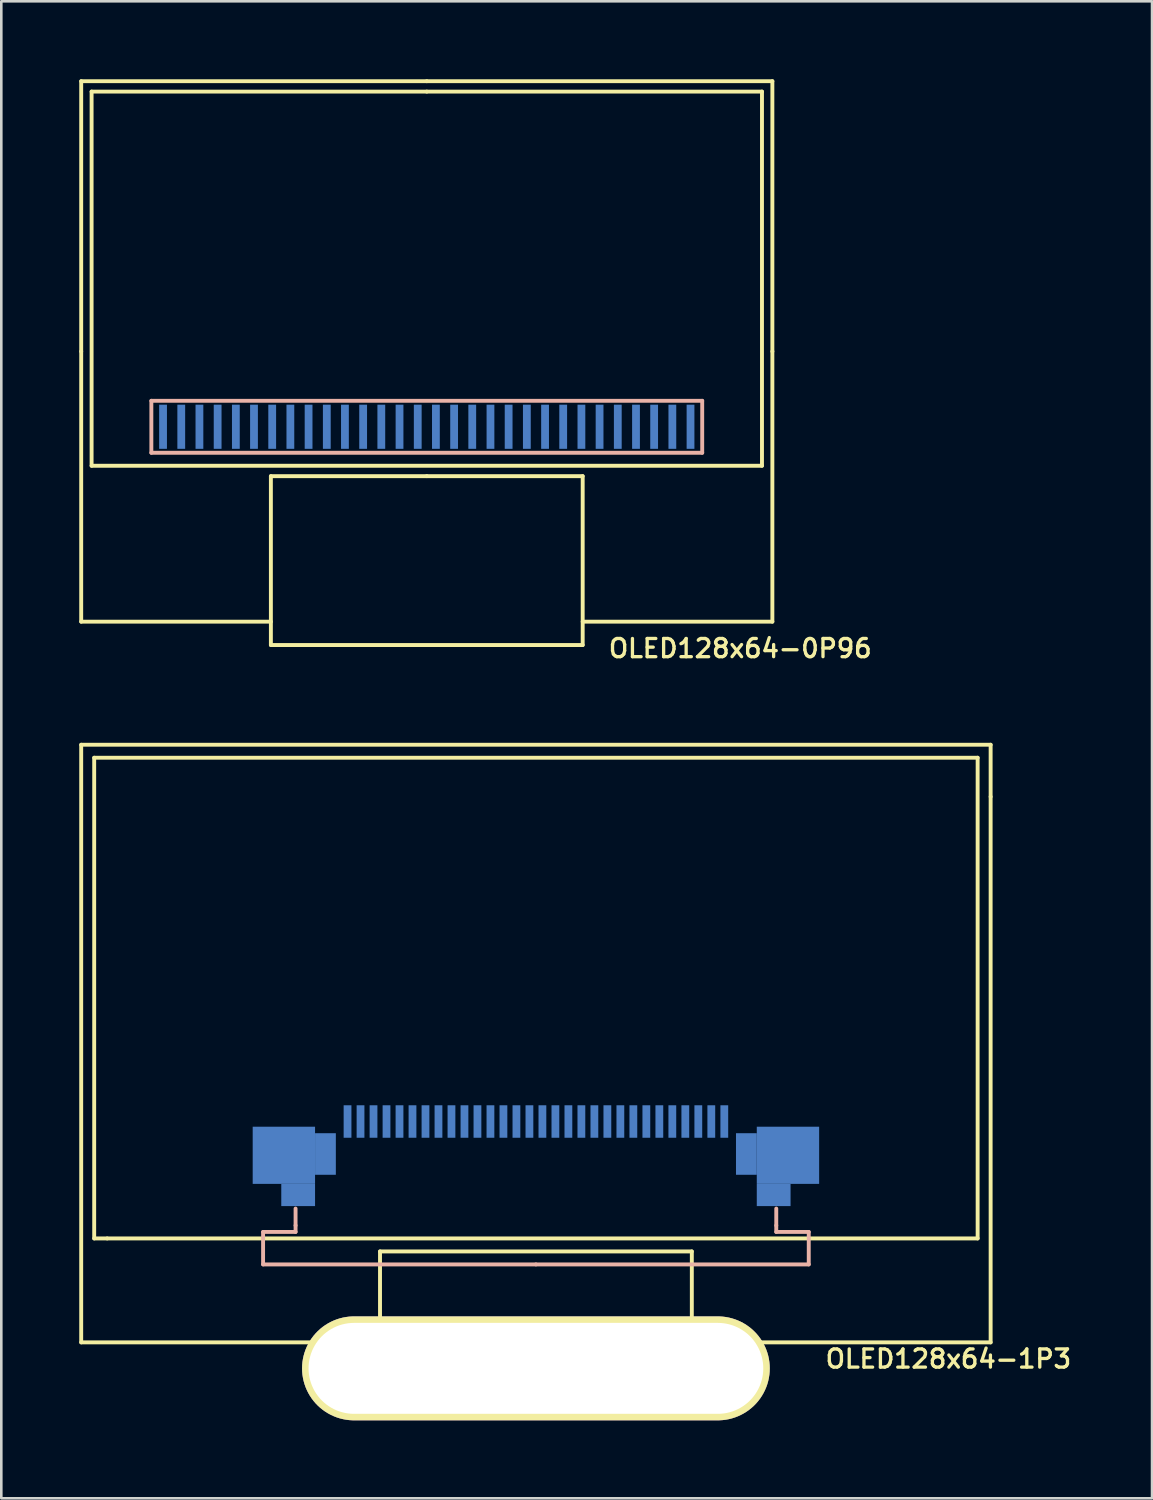
<source format=kicad_pcb>
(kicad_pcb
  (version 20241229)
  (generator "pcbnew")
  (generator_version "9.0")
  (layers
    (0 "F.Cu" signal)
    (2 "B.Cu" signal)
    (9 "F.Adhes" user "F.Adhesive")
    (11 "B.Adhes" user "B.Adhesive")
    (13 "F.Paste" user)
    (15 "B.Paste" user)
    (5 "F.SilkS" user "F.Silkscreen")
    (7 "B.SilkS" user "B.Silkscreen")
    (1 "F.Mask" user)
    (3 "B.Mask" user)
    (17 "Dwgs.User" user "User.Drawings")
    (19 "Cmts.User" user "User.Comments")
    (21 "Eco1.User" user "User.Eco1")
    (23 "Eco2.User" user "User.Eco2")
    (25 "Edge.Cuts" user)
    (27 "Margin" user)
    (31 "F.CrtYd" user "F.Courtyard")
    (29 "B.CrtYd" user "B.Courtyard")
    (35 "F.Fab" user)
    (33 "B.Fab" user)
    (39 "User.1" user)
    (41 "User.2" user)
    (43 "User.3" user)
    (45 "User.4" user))
  (footprint "OLED128x64-0P96"
    (layer "F.Cu")
    (at 13.375 10.475)
    (property "Reference" "OLED128x64-0P96" (at 12.065 11.43 0) (layer "F.SilkS") (effects (font (size 0.7 0.7) (thickness 0.127))))
    (attr through_hole)
    (fp_line (start -13.3 -10.4) (end -13.3 0) (stroke (width 0.15) (type solid)) (layer "F.SilkS"))
    (fp_line (start -13.3 0) (end -13.3 10.4) (stroke (width 0.15) (type solid)) (layer "F.SilkS"))
    (fp_line (start -13.3 10.4) (end -6 10.4) (stroke (width 0.15) (type solid)) (layer "F.SilkS"))
    (fp_line (start -12.9 -10) (end -12.9 4.4) (stroke (width 0.15) (type solid)) (layer "F.SilkS"))
    (fp_line (start -12.9 4.4) (end 12.9 4.4) (stroke (width 0.15) (type solid)) (layer "F.SilkS"))
    (fp_line (start -6 4.8) (end 0 4.8) (stroke (width 0.15) (type solid)) (layer "F.SilkS"))
    (fp_line (start -6 11.3) (end -6 4.8) (stroke (width 0.15) (type solid)) (layer "F.SilkS"))
    (fp_line (start 0 -10.4) (end -13.3 -10.4) (stroke (width 0.15) (type solid)) (layer "F.SilkS"))
    (fp_line (start 0 -10) (end -12.9 -10) (stroke (width 0.15) (type solid)) (layer "F.SilkS"))
    (fp_line (start 0 4.8) (end 6 4.8) (stroke (width 0.15) (type solid)) (layer "F.SilkS"))
    (fp_line (start 6 4.8) (end 6 11.3) (stroke (width 0.15) (type solid)) (layer "F.SilkS"))
    (fp_line (start 6 11.3) (end -6 11.3) (stroke (width 0.15) (type solid)) (layer "F.SilkS"))
    (fp_line (start 12.9 -10) (end 0 -10) (stroke (width 0.15) (type solid)) (layer "F.SilkS"))
    (fp_line (start 12.9 4.4) (end 12.9 -10) (stroke (width 0.15) (type solid)) (layer "F.SilkS"))
    (fp_line (start 13.3 -10.4) (end 0 -10.4) (stroke (width 0.15) (type solid)) (layer "F.SilkS"))
    (fp_line (start 13.3 0) (end 13.3 -10.4) (stroke (width 0.15) (type solid)) (layer "F.SilkS"))
    (fp_line (start 13.3 10.4) (end 6 10.4) (stroke (width 0.15) (type solid)) (layer "F.SilkS"))
    (fp_line (start 13.3 10.4) (end 13.3 0) (stroke (width 0.15) (type solid)) (layer "F.SilkS"))
    (fp_line (start -10.6 1.9) (end 10.6 1.9) (stroke (width 0.15) (type solid)) (layer "B.SilkS"))
    (fp_line (start -10.6 3.9) (end -10.6 1.9) (stroke (width 0.15) (type solid)) (layer "B.SilkS"))
    (fp_line (start 10.6 1.9) (end 10.6 3.9) (stroke (width 0.15) (type solid)) (layer "B.SilkS"))
    (fp_line (start 10.6 3.9) (end -10.6 3.9) (stroke (width 0.15) (type solid)) (layer "B.SilkS"))
    (pad "1" smd rect (at -10.15 2.899) (size 0.3 1.699) (layers "B.Cu" "B.Mask" "B.Paste"))
    (pad "2" smd rect (at -9.449 2.899) (size 0.3 1.699) (layers "B.Cu" "B.Mask" "B.Paste"))
    (pad "3" smd rect (at -8.75 2.899) (size 0.3 1.699) (layers "B.Cu" "B.Mask" "B.Paste"))
    (pad "4" smd rect (at -8.049 2.899) (size 0.3 1.699) (layers "B.Cu" "B.Mask" "B.Paste"))
    (pad "5" smd rect (at -7.348 2.899) (size 0.3 1.699) (layers "B.Cu" "B.Mask" "B.Paste"))
    (pad "6" smd rect (at -6.65 2.899) (size 0.3 1.699) (layers "B.Cu" "B.Mask" "B.Paste"))
    (pad "7" smd rect (at -5.949 2.899) (size 0.3 1.699) (layers "B.Cu" "B.Mask" "B.Paste"))
    (pad "8" smd rect (at -5.25 2.899) (size 0.3 1.699) (layers "B.Cu" "B.Mask" "B.Paste"))
    (pad "9" smd rect (at -4.549 2.899) (size 0.3 1.699) (layers "B.Cu" "B.Mask" "B.Paste"))
    (pad "10" smd rect (at -3.848 2.899) (size 0.3 1.699) (layers "B.Cu" "B.Mask" "B.Paste"))
    (pad "11" smd rect (at -3.15 2.899) (size 0.3 1.699) (layers "B.Cu" "B.Mask" "B.Paste"))
    (pad "12" smd rect (at -2.449 2.899) (size 0.3 1.699) (layers "B.Cu" "B.Mask" "B.Paste"))
    (pad "13" smd rect (at -1.75 2.899) (size 0.3 1.699) (layers "B.Cu" "B.Mask" "B.Paste"))
    (pad "14" smd rect (at -1.049 2.899) (size 0.3 1.699) (layers "B.Cu" "B.Mask" "B.Paste"))
    (pad "15" smd rect (at -0.348 2.899) (size 0.3 1.699) (layers "B.Cu" "B.Mask" "B.Paste"))
    (pad "16" smd rect (at 0.351 2.899) (size 0.3 1.699) (layers "B.Cu" "B.Mask" "B.Paste"))
    (pad "17" smd rect (at 1.052 2.899) (size 0.3 1.699) (layers "B.Cu" "B.Mask" "B.Paste"))
    (pad "18" smd rect (at 1.75 2.899) (size 0.3 1.699) (layers "B.Cu" "B.Mask" "B.Paste"))
    (pad "19" smd rect (at 2.451 2.899) (size 0.3 1.699) (layers "B.Cu" "B.Mask" "B.Paste"))
    (pad "20" smd rect (at 3.15 2.899) (size 0.3 1.699) (layers "B.Cu" "B.Mask" "B.Paste"))
    (pad "21" smd rect (at 3.851 2.899) (size 0.3 1.699) (layers "B.Cu" "B.Mask" "B.Paste"))
    (pad "22" smd rect (at 4.552 2.899) (size 0.3 1.699) (layers "B.Cu" "B.Mask" "B.Paste"))
    (pad "23" smd rect (at 5.25 2.899) (size 0.3 1.699) (layers "B.Cu" "B.Mask" "B.Paste"))
    (pad "24" smd rect (at 5.951 2.899) (size 0.3 1.699) (layers "B.Cu" "B.Mask" "B.Paste"))
    (pad "25" smd rect (at 6.65 2.899) (size 0.3 1.699) (layers "B.Cu" "B.Mask" "B.Paste"))
    (pad "26" smd rect (at 7.351 2.899) (size 0.3 1.699) (layers "B.Cu" "B.Mask" "B.Paste"))
    (pad "27" smd rect (at 8.052 2.899) (size 0.3 1.699) (layers "B.Cu" "B.Mask" "B.Paste"))
    (pad "28" smd rect (at 8.75 2.899) (size 0.3 1.699) (layers "B.Cu" "B.Mask" "B.Paste"))
    (pad "29" smd rect (at 9.451 2.899) (size 0.3 1.699) (layers "B.Cu" "B.Mask" "B.Paste"))
    (pad "30" smd rect (at 10.15 2.899) (size 0.3 1.699) (layers "B.Cu" "B.Mask" "B.Paste")))
  (footprint "OLED128x64-1P3"
    (layer "F.Cu")
    (at 17.575 48.612)
    (property "Reference" "OLED128x64-1P3" (at 15.875 0.635 0) (layer "F.SilkS") (effects (font (size 0.7 0.7) (thickness 0.127))))
    (attr smd)
    (fp_line (start -17.5 -23) (end -17.5 0) (stroke (width 0.15) (type solid)) (layer "F.SilkS"))
    (fp_line (start -17 -22.5) (end 17 -22.5) (stroke (width 0.15) (type solid)) (layer "F.SilkS"))
    (fp_line (start -17 -4) (end -17 -22.5) (stroke (width 0.15) (type solid)) (layer "F.SilkS"))
    (fp_line (start -16.5 -4) (end -17 -4) (stroke (width 0.15) (type solid)) (layer "F.SilkS"))
    (fp_line (start -6 -3.5) (end -6 1) (stroke (width 0.15) (type solid)) (layer "F.SilkS"))
    (fp_line (start -6 0) (end -17.5 0) (stroke (width 0.15) (type solid)) (layer "F.SilkS"))
    (fp_line (start -6 1) (end 6 1) (stroke (width 0.15) (type solid)) (layer "F.SilkS"))
    (fp_line (start 6 -3.5) (end -6 -3.5) (stroke (width 0.15) (type solid)) (layer "F.SilkS"))
    (fp_line (start 6 0) (end 17.5 0) (stroke (width 0.15) (type solid)) (layer "F.SilkS"))
    (fp_line (start 6 1) (end 6 -3.5) (stroke (width 0.15) (type solid)) (layer "F.SilkS"))
    (fp_line (start 17 -22.5) (end 17 -4) (stroke (width 0.15) (type solid)) (layer "F.SilkS"))
    (fp_line (start 17 -4) (end -16.5 -4) (stroke (width 0.15) (type solid)) (layer "F.SilkS"))
    (fp_line (start 17.5 -23) (end -17.5 -23) (stroke (width 0.15) (type solid)) (layer "F.SilkS"))
    (fp_line (start 17.5 -21) (end 17.5 -23) (stroke (width 0.15) (type solid)) (layer "F.SilkS"))
    (fp_line (start 17.5 0) (end 17.5 -21) (stroke (width 0.15) (type solid)) (layer "F.SilkS"))
    (fp_line (start -10.5 -4.25) (end -10.5 -3) (stroke (width 0.15) (type solid)) (layer "B.SilkS"))
    (fp_line (start -10.5 -3) (end 0 -3) (stroke (width 0.15) (type solid)) (layer "B.SilkS"))
    (fp_line (start -9.25 -4.5) (end -9.25 -5.15) (stroke (width 0.15) (type solid)) (layer "B.SilkS"))
    (fp_line (start -9.25 -4.5) (end -9.25 -4.25) (stroke (width 0.15) (type solid)) (layer "B.SilkS"))
    (fp_line (start -9.25 -4.25) (end -10.5 -4.25) (stroke (width 0.15) (type solid)) (layer "B.SilkS"))
    (fp_line (start 0 -3) (end 10.5 -3) (stroke (width 0.15) (type solid)) (layer "B.SilkS"))
    (fp_line (start 9.25 -4.5) (end 9.25 -5.15) (stroke (width 0.15) (type solid)) (layer "B.SilkS"))
    (fp_line (start 9.25 -4.25) (end 9.25 -4.5) (stroke (width 0.15) (type solid)) (layer "B.SilkS"))
    (fp_line (start 10.5 -4.25) (end 9.25 -4.25) (stroke (width 0.15) (type solid)) (layer "B.SilkS"))
    (fp_line (start 10.5 -3) (end 10.5 -4.25) (stroke (width 0.15) (type solid)) (layer "B.SilkS"))
    (pad "" np_thru_hole oval (at 0 1) (size 18 4) (drill oval 17.5 3.5) (layers "*.Cu" "*.Mask" "F.SilkS"))
    (pad "1" smd rect (at -9.7 -7.2) (size 2.4 2.2) (layers "B.Cu" "B.Mask" "B.Paste"))
    (pad "1" smd rect (at -9.15 -5.67) (size 1.3 0.85) (layers "B.Cu" "B.Mask" "B.Paste"))
    (pad "1" smd rect (at -8.1 -7.25) (size 0.8 1.6) (layers "B.Cu" "B.Mask" "B.Paste"))
    (pad "1" smd rect (at -7.25 -8.5) (size 0.3 1.25) (layers "B.Cu" "B.Mask" "B.Paste"))
    (pad "2" smd rect (at -6.75 -8.5) (size 0.3 1.25) (layers "B.Cu" "B.Mask" "B.Paste"))
    (pad "3" smd rect (at -6.25 -8.5) (size 0.3 1.25) (layers "B.Cu" "B.Mask" "B.Paste"))
    (pad "4" smd rect (at -5.75 -8.5) (size 0.3 1.25) (layers "B.Cu" "B.Mask" "B.Paste"))
    (pad "5" smd rect (at -5.25 -8.5) (size 0.3 1.25) (layers "B.Cu" "B.Mask" "B.Paste"))
    (pad "6" smd rect (at -4.75 -8.5) (size 0.3 1.25) (layers "B.Cu" "B.Mask" "B.Paste"))
    (pad "7" smd rect (at -4.25 -8.5) (size 0.3 1.25) (layers "B.Cu" "B.Mask" "B.Paste"))
    (pad "8" smd rect (at -3.75 -8.5) (size 0.3 1.25) (layers "B.Cu" "B.Mask" "B.Paste"))
    (pad "9" smd rect (at -3.25 -8.5) (size 0.3 1.25) (layers "B.Cu" "B.Mask" "B.Paste"))
    (pad "10" smd rect (at -2.75 -8.5) (size 0.3 1.25) (layers "B.Cu" "B.Mask" "B.Paste"))
    (pad "11" smd rect (at -2.25 -8.5) (size 0.3 1.25) (layers "B.Cu" "B.Mask" "B.Paste"))
    (pad "12" smd rect (at -1.75 -8.5) (size 0.3 1.25) (layers "B.Cu" "B.Mask" "B.Paste"))
    (pad "13" smd rect (at -1.25 -8.5) (size 0.3 1.25) (layers "B.Cu" "B.Mask" "B.Paste"))
    (pad "14" smd rect (at -0.75 -8.5) (size 0.3 1.25) (layers "B.Cu" "B.Mask" "B.Paste"))
    (pad "15" smd rect (at -0.25 -8.5) (size 0.3 1.25) (layers "B.Cu" "B.Mask" "B.Paste"))
    (pad "16" smd rect (at 0.25 -8.5) (size 0.3 1.25) (layers "B.Cu" "B.Mask" "B.Paste"))
    (pad "17" smd rect (at 0.75 -8.5) (size 0.3 1.25) (layers "B.Cu" "B.Mask" "B.Paste"))
    (pad "18" smd rect (at 1.25 -8.5) (size 0.3 1.25) (layers "B.Cu" "B.Mask" "B.Paste"))
    (pad "19" smd rect (at 1.75 -8.5) (size 0.3 1.25) (layers "B.Cu" "B.Mask" "B.Paste"))
    (pad "20" smd rect (at 2.25 -8.5) (size 0.3 1.25) (layers "B.Cu" "B.Mask" "B.Paste"))
    (pad "21" smd rect (at 2.75 -8.5) (size 0.3 1.25) (layers "B.Cu" "B.Mask" "B.Paste"))
    (pad "22" smd rect (at 3.25 -8.5) (size 0.3 1.25) (layers "B.Cu" "B.Mask" "B.Paste"))
    (pad "23" smd rect (at 3.75 -8.5) (size 0.3 1.25) (layers "B.Cu" "B.Mask" "B.Paste"))
    (pad "24" smd rect (at 4.25 -8.5) (size 0.3 1.25) (layers "B.Cu" "B.Mask" "B.Paste"))
    (pad "25" smd rect (at 4.75 -8.5) (size 0.3 1.25) (layers "B.Cu" "B.Mask" "B.Paste"))
    (pad "26" smd rect (at 5.25 -8.5) (size 0.3 1.25) (layers "B.Cu" "B.Mask" "B.Paste"))
    (pad "27" smd rect (at 5.75 -8.5) (size 0.3 1.25) (layers "B.Cu" "B.Mask" "B.Paste"))
    (pad "28" smd rect (at 6.25 -8.5) (size 0.3 1.25) (layers "B.Cu" "B.Mask" "B.Paste"))
    (pad "29" smd rect (at 6.75 -8.5) (size 0.3 1.25) (layers "B.Cu" "B.Mask" "B.Paste"))
    (pad "30" smd rect (at 7.25 -8.5) (size 0.3 1.25) (layers "B.Cu" "B.Mask" "B.Paste"))
    (pad "30" smd rect (at 8.1 -7.25) (size 0.8 1.6) (layers "B.Cu" "B.Mask" "B.Paste"))
    (pad "30" smd rect (at 9.15 -5.67) (size 1.3 0.85) (layers "B.Cu" "B.Mask" "B.Paste"))
    (pad "30" smd rect (at 9.7 -7.2) (size 2.4 2.2) (layers "B.Cu" "B.Mask" "B.Paste")))
  (gr_rect
    (start -3 -3)
    (end 41.287 54.612)
    (stroke (width 0.1) (type default))
    (fill no)
    (layer "Edge.Cuts")))
</source>
